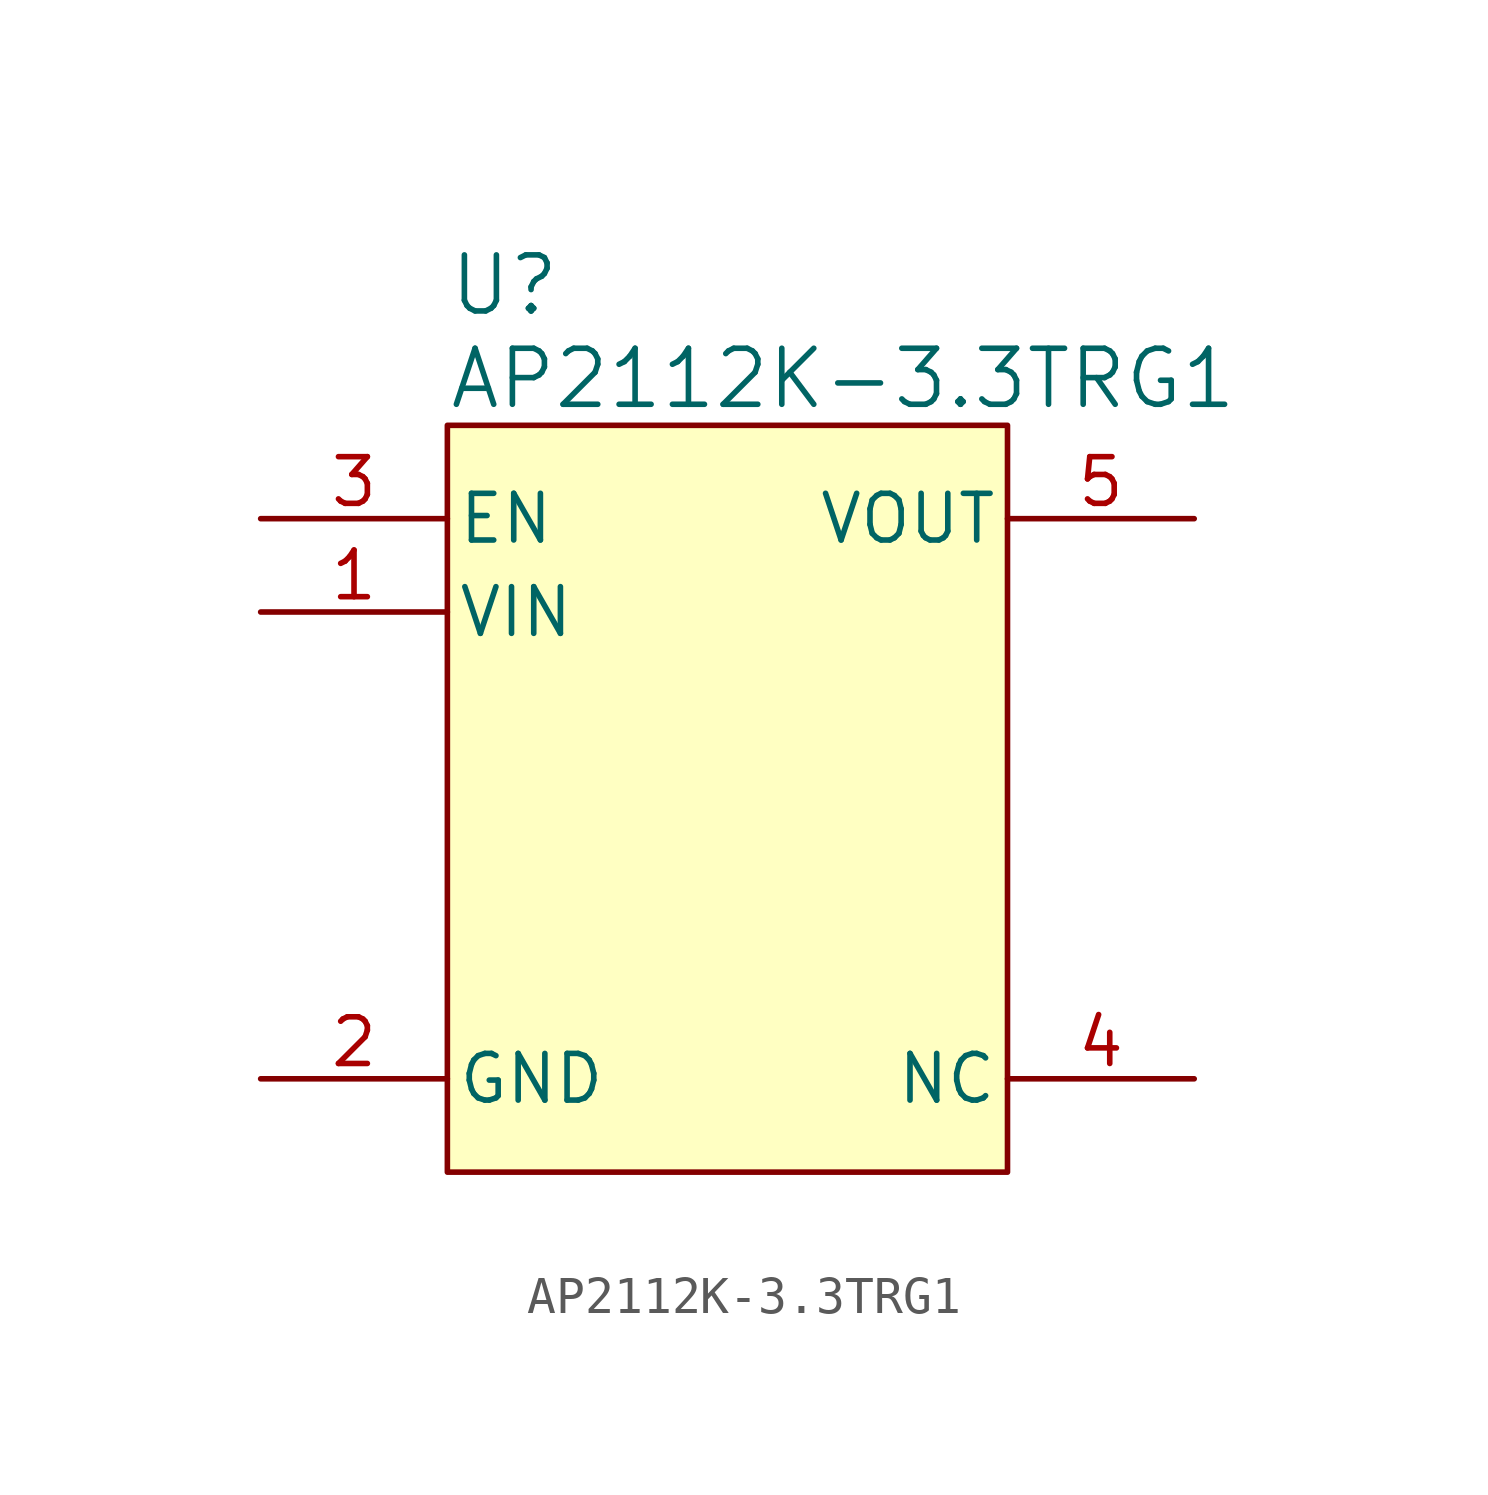
<source format=kicad_sym>
(kicad_symbol_lib
  (version 20220914)
  (generator kicad_symbol_editor)
  (symbol "AP2112K-3.3TRG1"
    (pin_names
      (offset 0.254))
    (property "Reference" "U"
      (at 0 24.13 0)
      (effects (font (size 1.524 1.524)) (justify left)))
    (property "Value" "AP2112K-3.3TRG1"
      (at 0 21.59 0)
      (effects (font (size 1.524 1.524)) (justify left)))
    (property "ki_locked" ""
      (at 0 0 0)
      (effects (font (size 1.27 1.27))))
    (symbol "AP2112K-3.3TRG1_0_1"
      (pin passive line (at -5.08 15.24 0) (length 5.08) (name "VIN" (effects (font (size 1.27 1.27)))) (number "1" (effects (font (size 1.27 1.27)))))
      (pin passive line (at -5.08 2.54 0) (length 5.08) (name "GND" (effects (font (size 1.27 1.27)))) (number "2" (effects (font (size 1.27 1.27)))))
      (pin passive line (at -5.08 17.78 0) (length 5.08) (name "EN" (effects (font (size 1.27 1.27)))) (number "3" (effects (font (size 1.27 1.27)))))
      (pin passive line (at 20.32 2.54 180) (length 5.08) (name "NC" (effects (font (size 1.27 1.27)))) (number "4" (effects (font (size 1.27 1.27)))))
      (pin passive line (at 20.32 17.78 180) (length 5.08) (name "VOUT" (effects (font (size 1.27 1.27)))) (number "5" (effects (font (size 1.27 1.27))))))
    (symbol "AP2112K-3.3TRG1_1_1"
      (rectangle (start 0 20.32) (end 15.24 0) (stroke (width 0) (type default)) (fill (type background))))))
</source>
